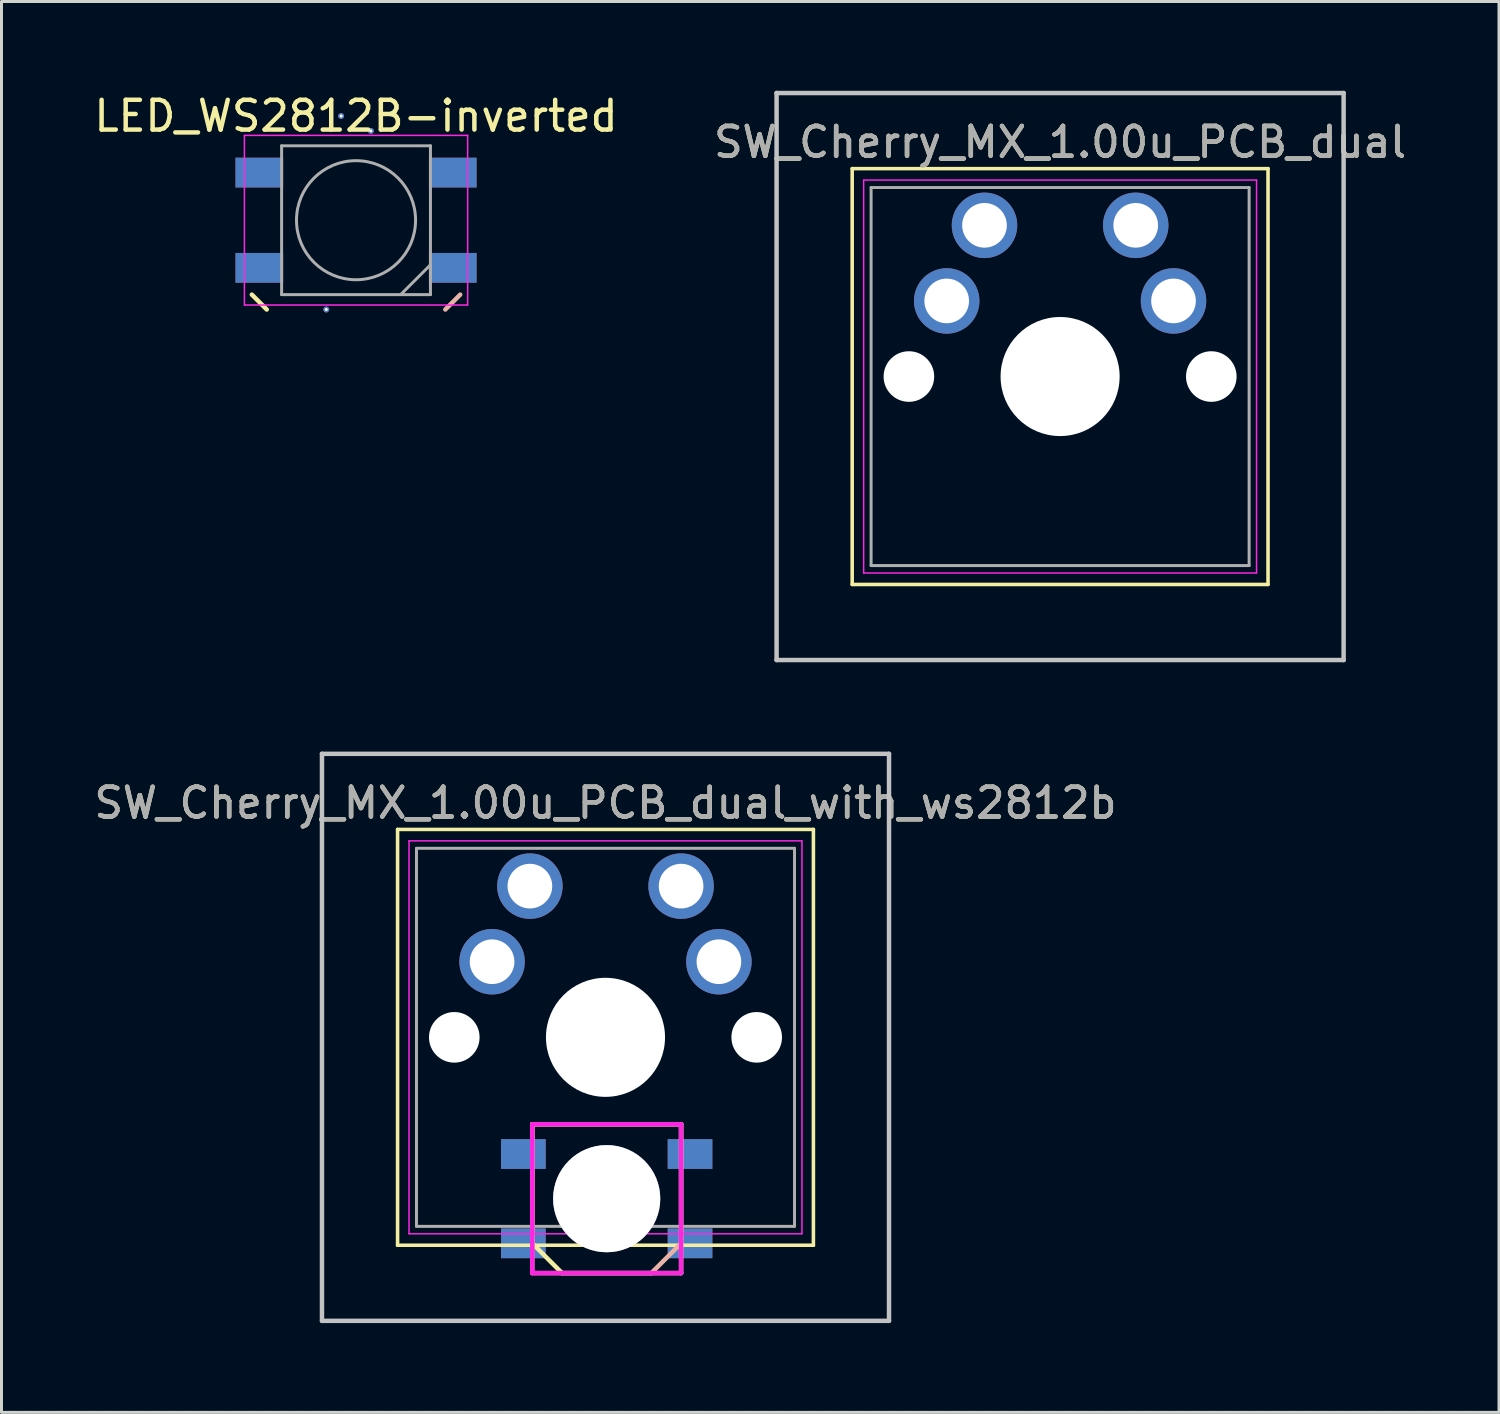
<source format=kicad_pcb>
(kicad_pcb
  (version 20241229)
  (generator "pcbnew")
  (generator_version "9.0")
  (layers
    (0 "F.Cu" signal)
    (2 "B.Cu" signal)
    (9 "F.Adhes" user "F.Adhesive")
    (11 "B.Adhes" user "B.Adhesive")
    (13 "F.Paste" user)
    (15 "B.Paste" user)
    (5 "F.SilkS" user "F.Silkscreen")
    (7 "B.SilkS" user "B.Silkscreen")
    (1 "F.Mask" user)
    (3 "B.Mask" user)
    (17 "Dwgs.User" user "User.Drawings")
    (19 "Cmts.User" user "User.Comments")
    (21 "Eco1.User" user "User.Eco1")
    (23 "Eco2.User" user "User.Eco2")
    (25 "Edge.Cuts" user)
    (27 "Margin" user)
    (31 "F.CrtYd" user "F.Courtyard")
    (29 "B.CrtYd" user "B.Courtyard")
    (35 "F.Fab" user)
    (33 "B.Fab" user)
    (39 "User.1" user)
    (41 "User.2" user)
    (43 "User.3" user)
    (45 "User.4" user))
  (footprint "SW_Cherry_MX_1.00u_PCB_dual"
    (layer "F.Cu")
    (at 35.105 4.52)
    (property "Reference" "SW_Cherry_MX_1.00u_PCB_dual" (at -2.54 -2.794 0) (layer "F.SilkS") (effects (font (size 1 1) (thickness 0.15))))
    (attr through_hole)
    (fp_line (start -9.525 -1.905) (end 4.445 -1.905) (stroke (width 0.12) (type solid)) (layer "F.SilkS"))
    (fp_line (start -9.525 12.065) (end -9.525 -1.905) (stroke (width 0.12) (type solid)) (layer "F.SilkS"))
    (fp_line (start 4.445 -1.905) (end 4.445 12.065) (stroke (width 0.12) (type solid)) (layer "F.SilkS"))
    (fp_line (start 4.445 12.065) (end -9.525 12.065) (stroke (width 0.12) (type solid)) (layer "F.SilkS"))
    (fp_line (start -12.065 -4.445) (end 6.985 -4.445) (stroke (width 0.15) (type solid)) (layer "Dwgs.User"))
    (fp_line (start -12.065 14.605) (end -12.065 -4.445) (stroke (width 0.15) (type solid)) (layer "Dwgs.User"))
    (fp_line (start 6.985 -4.445) (end 6.985 14.605) (stroke (width 0.15) (type solid)) (layer "Dwgs.User"))
    (fp_line (start 6.985 14.605) (end -12.065 14.605) (stroke (width 0.15) (type solid)) (layer "Dwgs.User"))
    (fp_line (start -9.14 -1.52) (end 4.06 -1.52) (stroke (width 0.05) (type solid)) (layer "F.CrtYd"))
    (fp_line (start -9.14 11.68) (end -9.14 -1.52) (stroke (width 0.05) (type solid)) (layer "F.CrtYd"))
    (fp_line (start 4.06 -1.52) (end 4.06 11.68) (stroke (width 0.05) (type solid)) (layer "F.CrtYd"))
    (fp_line (start 4.06 11.68) (end -9.14 11.68) (stroke (width 0.05) (type solid)) (layer "F.CrtYd"))
    (fp_line (start -8.89 -1.27) (end 3.81 -1.27) (stroke (width 0.1) (type solid)) (layer "F.Fab"))
    (fp_line (start -8.89 11.43) (end -8.89 -1.27) (stroke (width 0.1) (type solid)) (layer "F.Fab"))
    (fp_line (start 3.81 -1.27) (end 3.81 11.43) (stroke (width 0.1) (type solid)) (layer "F.Fab"))
    (fp_line (start 3.81 11.43) (end -8.89 11.43) (stroke (width 0.1) (type solid)) (layer "F.Fab"))
    (fp_text user "${REFERENCE}" (at -2.54 -2.794 0) (layer "F.Fab") (effects (font (size 1 1) (thickness 0.15))))
    (pad "" np_thru_hole circle (at -7.62 5.08) (size 1.7 1.7) (drill 1.7) (layers "*.Cu" "*.Mask"))
    (pad "" np_thru_hole circle (at -2.54 5.08) (size 4 4) (drill 4) (layers "*.Cu" "*.Mask"))
    (pad "" np_thru_hole circle (at 2.54 5.08) (size 1.7 1.7) (drill 1.7) (layers "*.Cu" "*.Mask"))
    (pad "1" thru_hole circle (at -5.08 0) (size 2.2 2.2) (drill 1.5) (layers "*.Cu" "*.Mask"))
    (pad "1" thru_hole circle (at 0 0) (size 2.2 2.2) (drill 1.5) (layers "*.Cu" "*.Mask"))
    (pad "2" thru_hole circle (at -6.35 2.54) (size 2.2 2.2) (drill 1.5) (layers "*.Cu" "*.Mask"))
    (pad "2" thru_hole circle (at 1.27 2.54) (size 2.2 2.2) (drill 1.5) (layers "*.Cu" "*.Mask")))
  (footprint "SW_Cherry_MX_1.00u_PCB_dual_with_ws2812b"
    (layer "F.Cu")
    (at 19.832 26.72)
    (property "Reference" "SW_Cherry_MX_1.00u_PCB_dual_with_ws2812b" (at -2.54 -2.794 0) (layer "F.SilkS") (effects (font (size 1 1) (thickness 0.15))))
    (attr smd)
    (fp_line (start -9.525 -1.905) (end 4.445 -1.905) (stroke (width 0.12) (type solid)) (layer "F.SilkS"))
    (fp_line (start -9.525 12.065) (end -9.525 -1.905) (stroke (width 0.12) (type solid)) (layer "F.SilkS"))
    (fp_line (start -5 8) (end -5 12) (stroke (width 0.15) (type solid)) (layer "F.SilkS"))
    (fp_line (start -5 12) (end -4 13) (stroke (width 0.15) (type solid)) (layer "F.SilkS"))
    (fp_line (start -4 13) (end 0 13) (stroke (width 0.15) (type solid)) (layer "F.SilkS"))
    (fp_line (start 0 8) (end -5 8) (stroke (width 0.15) (type solid)) (layer "F.SilkS"))
    (fp_line (start 0 13) (end 0 8) (stroke (width 0.15) (type solid)) (layer "F.SilkS"))
    (fp_line (start 4.445 -1.905) (end 4.445 12.065) (stroke (width 0.12) (type solid)) (layer "F.SilkS"))
    (fp_line (start 4.445 12.065) (end -9.525 12.065) (stroke (width 0.12) (type solid)) (layer "F.SilkS"))
    (fp_line (start -5 8) (end 0 8) (stroke (width 0.15) (type solid)) (layer "B.SilkS"))
    (fp_line (start -5 13) (end -5 8) (stroke (width 0.15) (type solid)) (layer "B.SilkS"))
    (fp_line (start -1 13) (end -5 13) (stroke (width 0.15) (type solid)) (layer "B.SilkS"))
    (fp_line (start 0 8) (end 0 12) (stroke (width 0.15) (type solid)) (layer "B.SilkS"))
    (fp_line (start 0 12) (end -1 13) (stroke (width 0.15) (type solid)) (layer "B.SilkS"))
    (fp_line (start -12.065 -4.445) (end 6.985 -4.445) (stroke (width 0.15) (type solid)) (layer "Dwgs.User"))
    (fp_line (start -12.065 14.605) (end -12.065 -4.445) (stroke (width 0.15) (type solid)) (layer "Dwgs.User"))
    (fp_line (start 6.985 -4.445) (end 6.985 14.605) (stroke (width 0.15) (type solid)) (layer "Dwgs.User"))
    (fp_line (start 6.985 14.605) (end -12.065 14.605) (stroke (width 0.15) (type solid)) (layer "Dwgs.User"))
    (fp_line (start -9.14 -1.52) (end 4.06 -1.52) (stroke (width 0.05) (type solid)) (layer "F.CrtYd"))
    (fp_line (start -9.14 11.68) (end -9.14 -1.52) (stroke (width 0.05) (type solid)) (layer "F.CrtYd"))
    (fp_line (start -5 8) (end -5 13) (stroke (width 0.15) (type solid)) (layer "F.CrtYd"))
    (fp_line (start -5 13) (end 0 13) (stroke (width 0.15) (type solid)) (layer "F.CrtYd"))
    (fp_line (start 0 8) (end -5 8) (stroke (width 0.15) (type solid)) (layer "F.CrtYd"))
    (fp_line (start 0 13) (end 0 8) (stroke (width 0.15) (type solid)) (layer "F.CrtYd"))
    (fp_line (start 4.06 -1.52) (end 4.06 11.68) (stroke (width 0.05) (type solid)) (layer "F.CrtYd"))
    (fp_line (start 4.06 11.68) (end -9.14 11.68) (stroke (width 0.05) (type solid)) (layer "F.CrtYd"))
    (fp_line (start -8.89 -1.27) (end 3.81 -1.27) (stroke (width 0.1) (type solid)) (layer "F.Fab"))
    (fp_line (start -8.89 11.43) (end -8.89 -1.27) (stroke (width 0.1) (type solid)) (layer "F.Fab"))
    (fp_line (start 3.81 -1.27) (end 3.81 11.43) (stroke (width 0.1) (type solid)) (layer "F.Fab"))
    (fp_line (start 3.81 11.43) (end -8.89 11.43) (stroke (width 0.1) (type solid)) (layer "F.Fab"))
    (fp_text user "${REFERENCE}" (at -2.54 -2.794 0) (layer "F.Fab") (effects (font (size 1 1) (thickness 0.15))))
    (pad "" np_thru_hole circle (at -7.62 5.08) (size 1.7 1.7) (drill 1.7) (layers "*.Cu" "*.Mask"))
    (pad "" np_thru_hole circle (at -2.54 5.08) (size 4 4) (drill 4) (layers "*.Cu" "*.Mask"))
    (pad "" thru_hole circle (at -2.5 10.5) (size 3.6 3.6) (drill 3.6) (layers "*.Cu" "*.Mask"))
    (pad "" np_thru_hole circle (at 2.54 5.08) (size 1.7 1.7) (drill 1.7) (layers "*.Cu" "*.Mask"))
    (pad "1" smd rect (at -5 9 180) (size 1.5 1) (drill (offset 0.3 0)) (layers "B.Cu" "B.Mask" "B.Paste"))
    (pad "1" smd rect (at 0 9) (size 1.5 1) (drill (offset 0.3 0)) (layers "F.Cu" "F.Mask" "F.Paste"))
    (pad "2" smd rect (at -5 12 180) (size 1.5 1) (drill (offset 0.3 0)) (layers "B.Cu" "B.Mask" "B.Paste"))
    (pad "2" smd rect (at 0 12) (size 1.5 1) (drill (offset 0.3 0)) (layers "F.Cu" "F.Mask" "F.Paste"))
    (pad "3" smd rect (at -5 12 180) (size 1.5 1) (drill (offset 0.3 0)) (layers "F.Cu" "F.Mask" "F.Paste"))
    (pad "3" smd rect (at 0 12) (size 1.5 1) (drill (offset 0.3 0)) (layers "B.Cu" "B.Mask" "B.Paste"))
    (pad "4" smd rect (at -5 9 180) (size 1.5 1) (drill (offset 0.3 0)) (layers "F.Cu" "F.Mask" "F.Paste"))
    (pad "4" smd rect (at 0 9) (size 1.5 1) (drill (offset 0.3 0)) (layers "B.Cu" "B.Mask" "B.Paste"))
    (pad "5" thru_hole circle (at -5.08 0) (size 2.2 2.2) (drill 1.5) (layers "*.Cu" "*.Mask"))
    (pad "5" thru_hole circle (at 0 0) (size 2.2 2.2) (drill 1.5) (layers "*.Cu" "*.Mask"))
    (pad "6" thru_hole circle (at 1.27 2.54) (size 2.2 2.2) (drill 1.5) (layers "*.Cu" "*.Mask"))
    (pad "7" thru_hole circle (at -6.35 2.54) (size 2.2 2.2) (drill 1.5) (layers "*.Cu" "*.Mask")))
  (footprint "LED_WS2812B-inverted"
    (layer "F.Cu")
    (at 8.911 4.348)
    (property "Reference" "LED_WS2812B-inverted" (at 0 -3.5 0) (layer "F.SilkS") (effects (font (size 1 1) (thickness 0.15))))
    (attr smd)
    (fp_line (start -3.5 2.5) (end -3 3) (stroke (width 0.15) (type solid)) (layer "F.SilkS"))
    (fp_line (start 3 3) (end 3.5 2.5) (stroke (width 0.15) (type solid)) (layer "B.SilkS"))
    (fp_line (start -3.75 -2.85) (end -3.75 2.85) (stroke (width 0.05) (type solid)) (layer "F.CrtYd"))
    (fp_line (start -3.75 2.85) (end 3.75 2.85) (stroke (width 0.05) (type solid)) (layer "F.CrtYd"))
    (fp_line (start 3.75 -2.85) (end -3.75 -2.85) (stroke (width 0.05) (type solid)) (layer "F.CrtYd"))
    (fp_line (start 3.75 2.85) (end 3.75 -2.85) (stroke (width 0.05) (type solid)) (layer "F.CrtYd"))
    (fp_line (start -2.5 -2.5) (end -2.5 2.5) (stroke (width 0.1) (type solid)) (layer "F.Fab"))
    (fp_line (start -2.5 2.5) (end 2.5 2.5) (stroke (width 0.1) (type solid)) (layer "F.Fab"))
    (fp_line (start 2.5 -2.5) (end -2.5 -2.5) (stroke (width 0.1) (type solid)) (layer "F.Fab"))
    (fp_line (start 2.5 1.5) (end 1.5 2.5) (stroke (width 0.1) (type solid)) (layer "F.Fab"))
    (fp_line (start 2.5 2.5) (end 2.5 -2.5) (stroke (width 0.1) (type solid)) (layer "F.Fab"))
    (fp_circle (center 0 0) (end 0 -2) (stroke (width 0.1) (type solid)) (fill no) (layer "F.Fab"))
    (pad "1" smd rect (at -3.25 -1.6) (size 1.6 1) (layers "B.Cu" "B.Mask" "B.Paste"))
    (pad "1" thru_hole circle (at -0.5 -3.5) (size 0.2 0.2) (drill 0.1) (layers "*.Cu" "*.Mask"))
    (pad "1" smd rect (at 3.25 -1.6) (size 1.6 1) (layers "F.Cu" "F.Mask" "F.Paste"))
    (pad "2" smd rect (at -3.25 1.6) (size 1.6 1) (layers "B.Cu" "B.Mask" "B.Paste"))
    (pad "2" thru_hole circle (at -1 3) (size 0.2 0.2) (drill 0.1) (layers "*.Cu" "*.Mask"))
    (pad "2" smd rect (at 3.25 1.6) (size 1.6 1) (layers "F.Cu" "F.Mask" "F.Paste"))
    (pad "3" smd rect (at -3.25 1.6) (size 1.6 1) (layers "F.Cu" "F.Mask" "F.Paste"))
    (pad "3" smd rect (at 3.25 1.6) (size 1.6 1) (layers "B.Cu" "B.Mask" "B.Paste"))
    (pad "4" smd rect (at -3.25 -1.6) (size 1.6 1) (layers "F.Cu" "F.Mask" "F.Paste"))
    (pad "4" thru_hole circle (at 0.5 -3) (size 0.2 0.2) (drill 0.1) (layers "*.Cu" "*.Mask"))
    (pad "4" smd rect (at 3.25 -1.6) (size 1.6 1) (layers "B.Cu" "B.Mask" "B.Paste")))
  (gr_rect
    (start -3 -3)
    (end 47.31 44.4)
    (stroke (width 0.1) (type default))
    (fill no)
    (layer "Edge.Cuts")))
</source>
